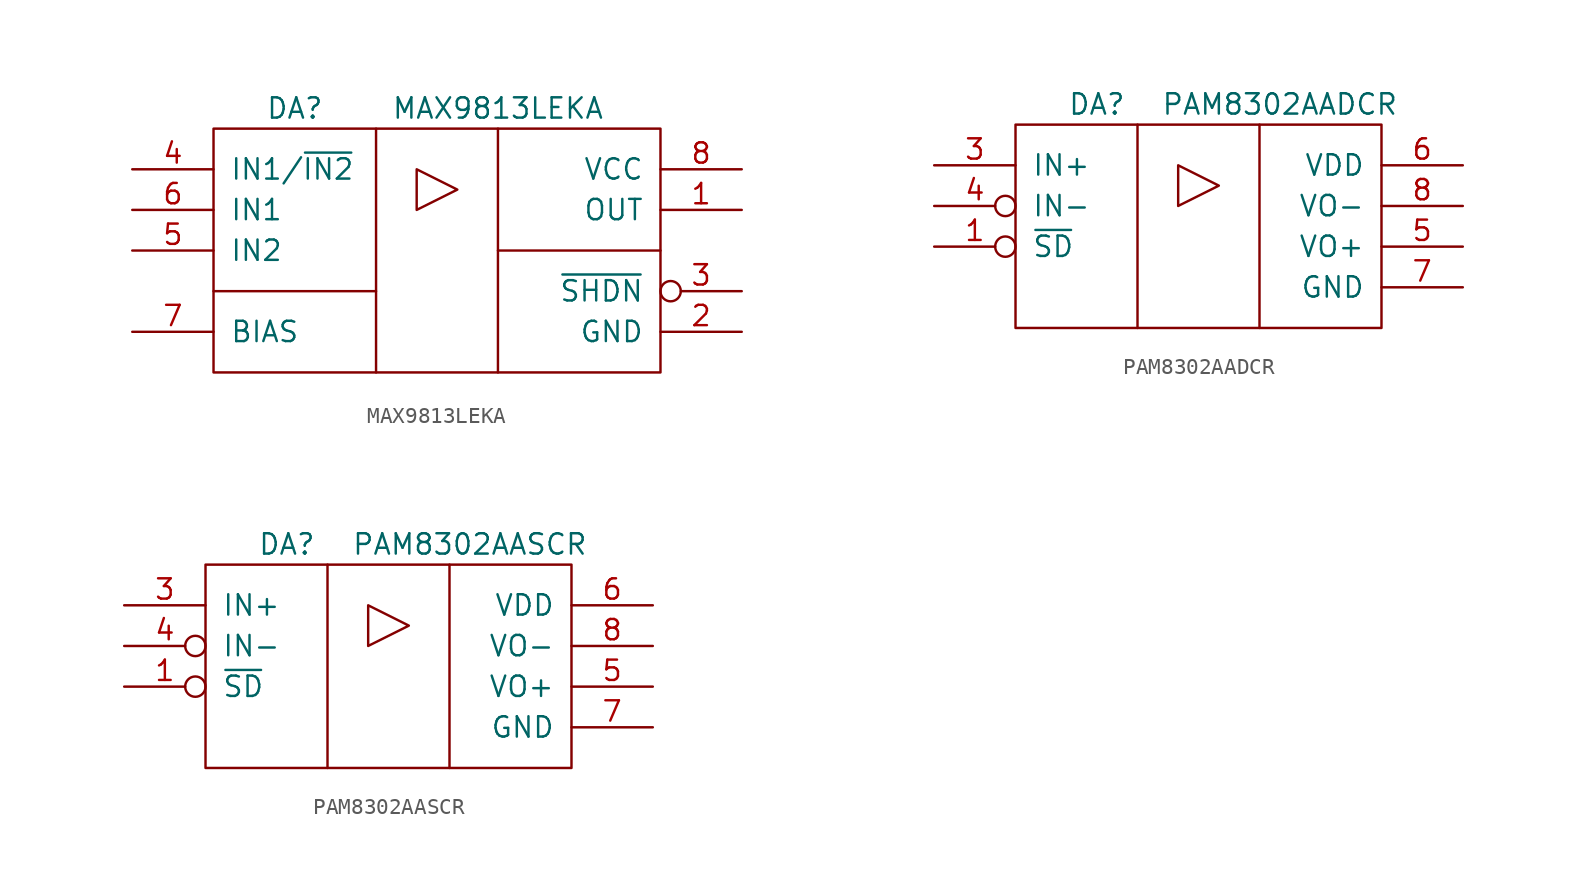
<source format=kicad_sym>
(kicad_symbol_lib
  (version 20211014)
  (generator kicad_symbol_editor)
  (symbol "MAX9813LEKA"
    (pin_names
      (offset 1.016))
    (property "Reference" "DA"
      (at 10.16 3.81 0)
      (effects (font (size 1.27 1.27))))
    (property "Value" "MAX9813LEKA"
      (at 22.86 3.81 0)
      (effects (font (size 1.27 1.27))))
    (symbol "MAX9813LEKA_0_1"
      (polyline (pts (xy 5.08 -7.62) (xy 15.24 -7.62)) (stroke (width 0) (type default) (color 0 0 0 0)) (fill (type none)))
      (polyline (pts (xy 22.86 -5.08) (xy 33.02 -5.08)) (stroke (width 0) (type default) (color 0 0 0 0)) (fill (type none)))
      (polyline (pts (xy 15.24 2.54) (xy 22.86 2.54) (xy 22.86 -12.7) (xy 15.24 -12.7)) (stroke (width 0) (type default) (color 0 0 0 0)) (fill (type none)))
      (polyline (pts (xy 17.78 0) (xy 17.78 -2.54) (xy 20.32 -1.27) (xy 17.78 0)) (stroke (width 0) (type default) (color 0 0 0 0)) (fill (type none)))
      (polyline (pts (xy 22.86 2.54) (xy 33.02 2.54) (xy 33.02 -12.7) (xy 22.86 -12.7)) (stroke (width 0) (type default) (color 0 0 0 0)) (fill (type none)))
      (polyline (pts (xy 5.08 2.54) (xy 5.08 -12.7) (xy 15.24 -12.7) (xy 15.24 2.54) (xy 5.08 2.54)) (stroke (width 0) (type default) (color 0 0 0 0)) (fill (type none))))
    (symbol "MAX9813LEKA_1_1"
      (pin output line (at 38.1 -2.54 180) (length 5.08) (name "OUT" (effects (font (size 1.27 1.27)))) (number "1" (effects (font (size 1.27 1.27)))))
      (pin power_in line (at 38.1 -10.16 180) (length 5.08) (name "GND" (effects (font (size 1.27 1.27)))) (number "2" (effects (font (size 1.27 1.27)))))
      (pin input inverted (at 38.1 -7.62 180) (length 5.08) (name "~{SHDN}" (effects (font (size 1.27 1.27)))) (number "3" (effects (font (size 1.27 1.27)))))
      (pin input line (at 0 0 0) (length 5.08) (name "IN1/~{IN2}" (effects (font (size 1.27 1.27)))) (number "4" (effects (font (size 1.27 1.27)))))
      (pin input line (at 0 -5.08 0) (length 5.08) (name "IN2" (effects (font (size 1.27 1.27)))) (number "5" (effects (font (size 1.27 1.27)))))
      (pin input line (at 0 -2.54 0) (length 5.08) (name "IN1" (effects (font (size 1.27 1.27)))) (number "6" (effects (font (size 1.27 1.27)))))
      (pin input line (at 0 -10.16 0) (length 5.08) (name "BIAS" (effects (font (size 1.27 1.27)))) (number "7" (effects (font (size 1.27 1.27)))))
      (pin power_in line (at 38.1 0 180) (length 5.08) (name "VCC" (effects (font (size 1.27 1.27)))) (number "8" (effects (font (size 1.27 1.27)))))))
  (symbol "PAM8302AADCR"
    (pin_names
      (offset 1.016))
    (property "Reference" "DA"
      (at 10.16 3.81 0)
      (effects (font (size 1.27 1.27))))
    (property "Value" "PAM8302AADCR"
      (at 21.59 3.81 0)
      (effects (font (size 1.27 1.27))))
    (symbol "PAM8302AADCR_0_1"
      (polyline (pts (xy 12.7 2.54) (xy 20.32 2.54) (xy 20.32 -10.16) (xy 12.7 -10.16)) (stroke (width 0) (type default) (color 0 0 0 0)) (fill (type none)))
      (polyline (pts (xy 15.24 0) (xy 15.24 -2.54) (xy 17.78 -1.27) (xy 15.24 0)) (stroke (width 0) (type default) (color 0 0 0 0)) (fill (type none)))
      (polyline (pts (xy 20.32 2.54) (xy 27.94 2.54) (xy 27.94 -10.16) (xy 20.32 -10.16)) (stroke (width 0) (type default) (color 0 0 0 0)) (fill (type none)))
      (polyline (pts (xy 5.08 2.54) (xy 5.08 -10.16) (xy 12.7 -10.16) (xy 12.7 2.54) (xy 5.08 2.54)) (stroke (width 0) (type default) (color 0 0 0 0)) (fill (type none))))
    (symbol "PAM8302AADCR_1_1"
      (pin input inverted (at 0 -5.08 0) (length 5.08) (name "~{SD}" (effects (font (size 1.27 1.27)))) (number "1" (effects (font (size 1.27 1.27)))))
      (pin no_connect line (at 0 -7.62 0) (length 5.08) hide (name "NC" (effects (font (size 1.27 1.27)))) (number "2" (effects (font (size 1.27 1.27)))))
      (pin input line (at 0 0 0) (length 5.08) (name "IN+" (effects (font (size 1.27 1.27)))) (number "3" (effects (font (size 1.27 1.27)))))
      (pin input inverted (at 0 -2.54 0) (length 5.08) (name "IN-" (effects (font (size 1.27 1.27)))) (number "4" (effects (font (size 1.27 1.27)))))
      (pin output line (at 33.02 -5.08 180) (length 5.08) (name "VO+" (effects (font (size 1.27 1.27)))) (number "5" (effects (font (size 1.27 1.27)))))
      (pin power_in line (at 33.02 0 180) (length 5.08) (name "VDD" (effects (font (size 1.27 1.27)))) (number "6" (effects (font (size 1.27 1.27)))))
      (pin power_in line (at 33.02 -7.62 180) (length 5.08) (name "GND" (effects (font (size 1.27 1.27)))) (number "7" (effects (font (size 1.27 1.27)))))
      (pin output line (at 33.02 -2.54 180) (length 5.08) (name "VO-" (effects (font (size 1.27 1.27)))) (number "8" (effects (font (size 1.27 1.27)))))))
  (symbol "PAM8302AASCR"
    (pin_names
      (offset 1.016))
    (property "Reference" "DA"
      (at 10.16 3.81 0)
      (effects (font (size 1.27 1.27))))
    (property "Value" "PAM8302AASCR"
      (at 21.59 3.81 0)
      (effects (font (size 1.27 1.27))))
    (symbol "PAM8302AASCR_0_1"
      (polyline (pts (xy 12.7 2.54) (xy 20.32 2.54) (xy 20.32 -10.16) (xy 12.7 -10.16)) (stroke (width 0) (type default) (color 0 0 0 0)) (fill (type none)))
      (polyline (pts (xy 15.24 0) (xy 15.24 -2.54) (xy 17.78 -1.27) (xy 15.24 0)) (stroke (width 0) (type default) (color 0 0 0 0)) (fill (type none)))
      (polyline (pts (xy 20.32 2.54) (xy 27.94 2.54) (xy 27.94 -10.16) (xy 20.32 -10.16)) (stroke (width 0) (type default) (color 0 0 0 0)) (fill (type none)))
      (polyline (pts (xy 5.08 2.54) (xy 5.08 -10.16) (xy 12.7 -10.16) (xy 12.7 2.54) (xy 5.08 2.54)) (stroke (width 0) (type default) (color 0 0 0 0)) (fill (type none))))
    (symbol "PAM8302AASCR_1_1"
      (pin input inverted (at 0 -5.08 0) (length 5.08) (name "~{SD}" (effects (font (size 1.27 1.27)))) (number "1" (effects (font (size 1.27 1.27)))))
      (pin no_connect line (at 0 -7.62 0) (length 5.08) hide (name "NC" (effects (font (size 1.27 1.27)))) (number "2" (effects (font (size 1.27 1.27)))))
      (pin input line (at 0 0 0) (length 5.08) (name "IN+" (effects (font (size 1.27 1.27)))) (number "3" (effects (font (size 1.27 1.27)))))
      (pin input inverted (at 0 -2.54 0) (length 5.08) (name "IN-" (effects (font (size 1.27 1.27)))) (number "4" (effects (font (size 1.27 1.27)))))
      (pin output line (at 33.02 -5.08 180) (length 5.08) (name "VO+" (effects (font (size 1.27 1.27)))) (number "5" (effects (font (size 1.27 1.27)))))
      (pin power_in line (at 33.02 0 180) (length 5.08) (name "VDD" (effects (font (size 1.27 1.27)))) (number "6" (effects (font (size 1.27 1.27)))))
      (pin power_in line (at 33.02 -7.62 180) (length 5.08) (name "GND" (effects (font (size 1.27 1.27)))) (number "7" (effects (font (size 1.27 1.27)))))
      (pin output line (at 33.02 -2.54 180) (length 5.08) (name "VO-" (effects (font (size 1.27 1.27)))) (number "8" (effects (font (size 1.27 1.27))))))))
</source>
